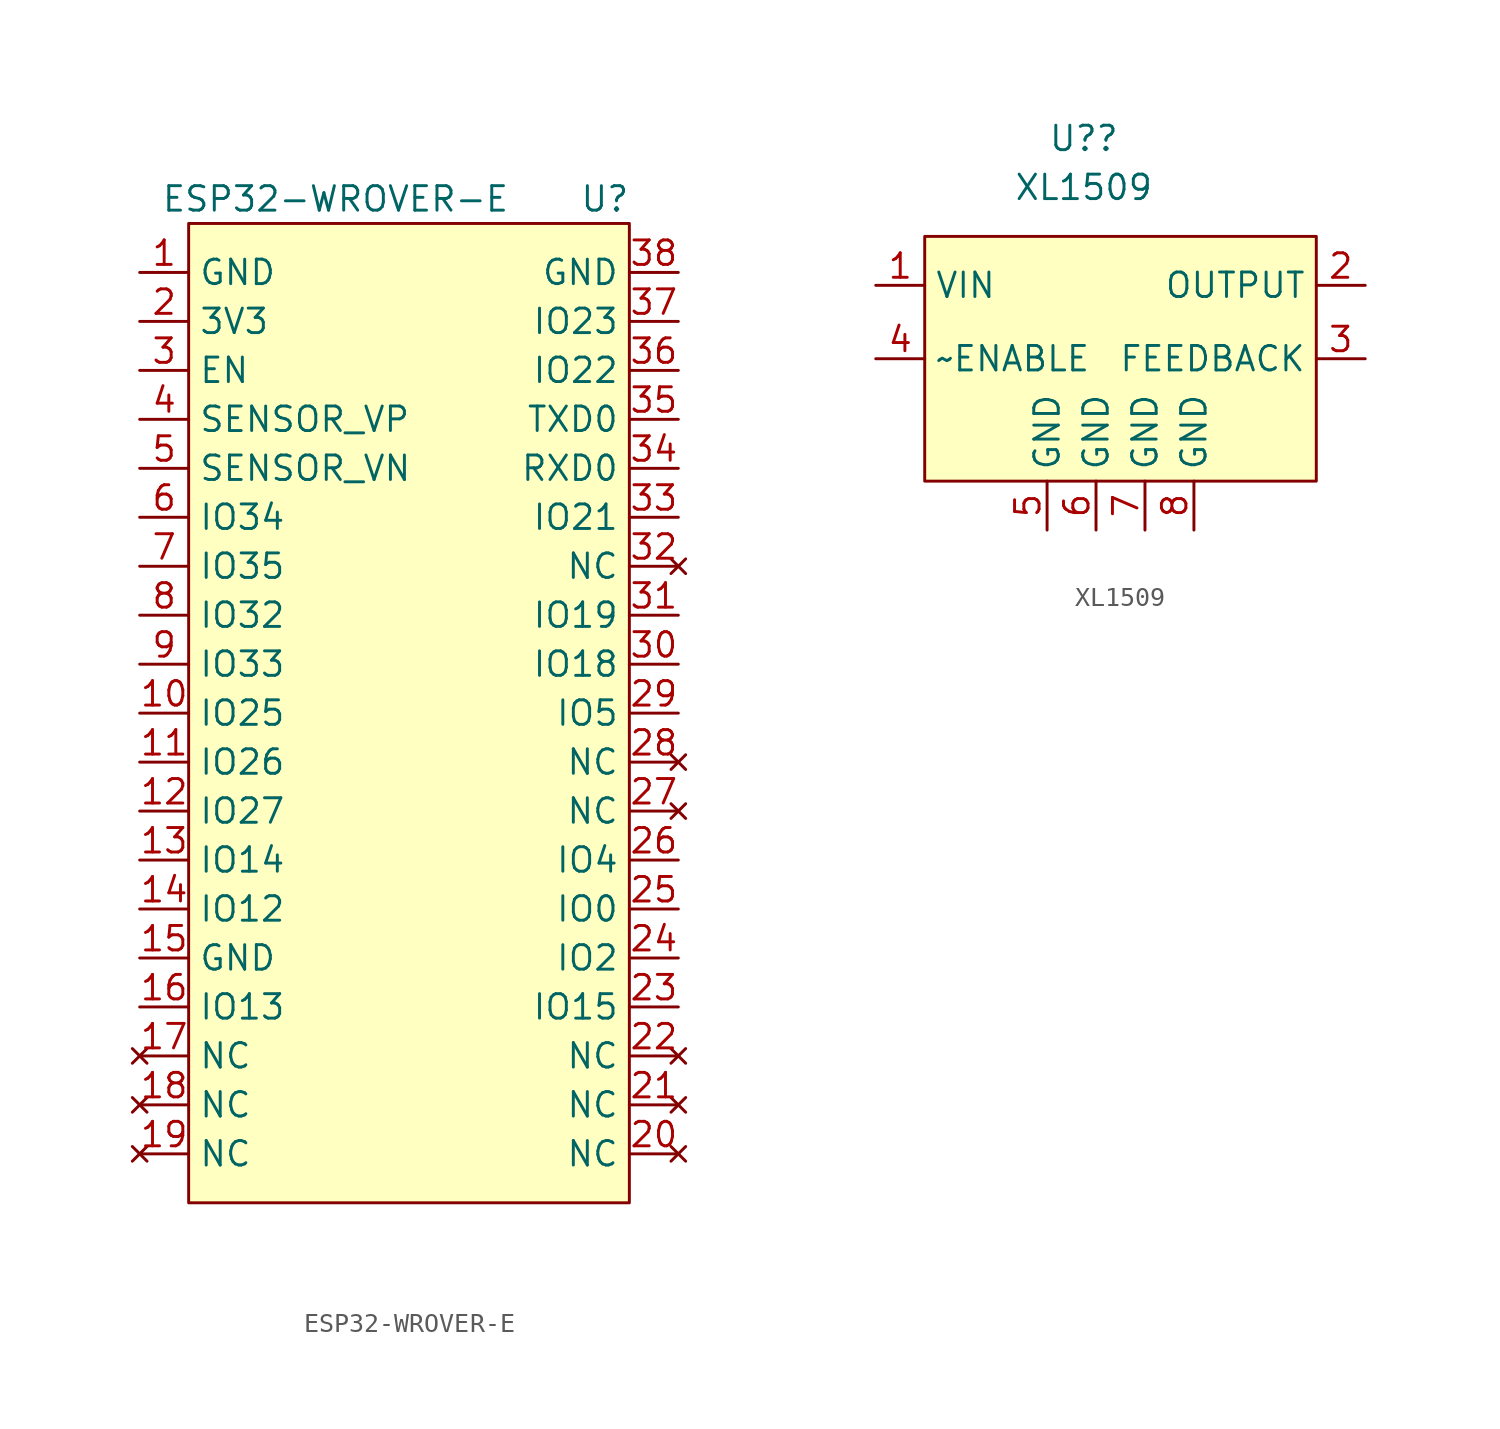
<source format=kicad_sym>
(kicad_symbol_lib
  (version 20211014)
  (generator kicad_symbol_editor)
  (symbol "ESP32-WROVER-E"
    (property "Reference" "U"
      (at 21.59 1.27 0)
      (effects (font (size 1.27 1.27))))
    (property "Value" "ESP32-WROVER-E"
      (at 7.62 1.27 0)
      (effects (font (size 1.27 1.27))))
    (symbol "ESP32-WROVER-E_0_1"
      (rectangle (start 0 0) (end 22.86 -50.8) (stroke (width 0) (type default) (color 0 0 0 0)) (fill (type background))))
    (symbol "ESP32-WROVER-E_1_1"
      (pin power_in line (at -2.54 -2.54 0) (length 2.54) (name "GND" (effects (font (size 1.27 1.27)))) (number "1" (effects (font (size 1.27 1.27)))))
      (pin bidirectional line (at -2.54 -25.4 0) (length 2.54) (name "IO25" (effects (font (size 1.27 1.27)))) (number "10" (effects (font (size 1.27 1.27)))))
      (pin bidirectional line (at -2.54 -27.94 0) (length 2.54) (name "IO26" (effects (font (size 1.27 1.27)))) (number "11" (effects (font (size 1.27 1.27)))))
      (pin bidirectional line (at -2.54 -30.48 0) (length 2.54) (name "IO27" (effects (font (size 1.27 1.27)))) (number "12" (effects (font (size 1.27 1.27)))))
      (pin bidirectional line (at -2.54 -33.02 0) (length 2.54) (name "IO14" (effects (font (size 1.27 1.27)))) (number "13" (effects (font (size 1.27 1.27)))))
      (pin bidirectional line (at -2.54 -35.56 0) (length 2.54) (name "IO12" (effects (font (size 1.27 1.27)))) (number "14" (effects (font (size 1.27 1.27)))))
      (pin power_in line (at -2.54 -38.1 0) (length 2.54) (name "GND" (effects (font (size 1.27 1.27)))) (number "15" (effects (font (size 1.27 1.27)))))
      (pin bidirectional line (at -2.54 -40.64 0) (length 2.54) (name "IO13" (effects (font (size 1.27 1.27)))) (number "16" (effects (font (size 1.27 1.27)))))
      (pin no_connect line (at -2.54 -43.18 0) (length 2.54) (name "NC" (effects (font (size 1.27 1.27)))) (number "17" (effects (font (size 1.27 1.27)))))
      (pin no_connect line (at -2.54 -45.72 0) (length 2.54) (name "NC" (effects (font (size 1.27 1.27)))) (number "18" (effects (font (size 1.27 1.27)))))
      (pin no_connect line (at -2.54 -48.26 0) (length 2.54) (name "NC" (effects (font (size 1.27 1.27)))) (number "19" (effects (font (size 1.27 1.27)))))
      (pin power_in line (at -2.54 -5.08 0) (length 2.54) (name "3V3" (effects (font (size 1.27 1.27)))) (number "2" (effects (font (size 1.27 1.27)))))
      (pin no_connect line (at 25.4 -48.26 180) (length 2.54) (name "NC" (effects (font (size 1.27 1.27)))) (number "20" (effects (font (size 1.27 1.27)))))
      (pin no_connect line (at 25.4 -45.72 180) (length 2.54) (name "NC" (effects (font (size 1.27 1.27)))) (number "21" (effects (font (size 1.27 1.27)))))
      (pin no_connect line (at 25.4 -43.18 180) (length 2.54) (name "NC" (effects (font (size 1.27 1.27)))) (number "22" (effects (font (size 1.27 1.27)))))
      (pin bidirectional line (at 25.4 -40.64 180) (length 2.54) (name "IO15" (effects (font (size 1.27 1.27)))) (number "23" (effects (font (size 1.27 1.27)))))
      (pin bidirectional line (at 25.4 -38.1 180) (length 2.54) (name "IO2" (effects (font (size 1.27 1.27)))) (number "24" (effects (font (size 1.27 1.27)))))
      (pin bidirectional line (at 25.4 -35.56 180) (length 2.54) (name "IO0" (effects (font (size 1.27 1.27)))) (number "25" (effects (font (size 1.27 1.27)))))
      (pin bidirectional line (at 25.4 -33.02 180) (length 2.54) (name "IO4" (effects (font (size 1.27 1.27)))) (number "26" (effects (font (size 1.27 1.27)))))
      (pin no_connect line (at 25.4 -30.48 180) (length 2.54) (name "NC" (effects (font (size 1.27 1.27)))) (number "27" (effects (font (size 1.27 1.27)))))
      (pin no_connect line (at 25.4 -27.94 180) (length 2.54) (name "NC" (effects (font (size 1.27 1.27)))) (number "28" (effects (font (size 1.27 1.27)))))
      (pin bidirectional line (at 25.4 -25.4 180) (length 2.54) (name "IO5" (effects (font (size 1.27 1.27)))) (number "29" (effects (font (size 1.27 1.27)))))
      (pin input line (at -2.54 -7.62 0) (length 2.54) (name "EN" (effects (font (size 1.27 1.27)))) (number "3" (effects (font (size 1.27 1.27)))))
      (pin bidirectional line (at 25.4 -22.86 180) (length 2.54) (name "IO18" (effects (font (size 1.27 1.27)))) (number "30" (effects (font (size 1.27 1.27)))))
      (pin bidirectional line (at 25.4 -20.32 180) (length 2.54) (name "IO19" (effects (font (size 1.27 1.27)))) (number "31" (effects (font (size 1.27 1.27)))))
      (pin no_connect line (at 25.4 -17.78 180) (length 2.54) (name "NC" (effects (font (size 1.27 1.27)))) (number "32" (effects (font (size 1.27 1.27)))))
      (pin bidirectional line (at 25.4 -15.24 180) (length 2.54) (name "IO21" (effects (font (size 1.27 1.27)))) (number "33" (effects (font (size 1.27 1.27)))))
      (pin bidirectional line (at 25.4 -12.7 180) (length 2.54) (name "RXD0" (effects (font (size 1.27 1.27)))) (number "34" (effects (font (size 1.27 1.27)))))
      (pin bidirectional line (at 25.4 -10.16 180) (length 2.54) (name "TXD0" (effects (font (size 1.27 1.27)))) (number "35" (effects (font (size 1.27 1.27)))))
      (pin bidirectional line (at 25.4 -7.62 180) (length 2.54) (name "IO22" (effects (font (size 1.27 1.27)))) (number "36" (effects (font (size 1.27 1.27)))))
      (pin bidirectional line (at 25.4 -5.08 180) (length 2.54) (name "IO23" (effects (font (size 1.27 1.27)))) (number "37" (effects (font (size 1.27 1.27)))))
      (pin bidirectional line (at 25.4 -2.54 180) (length 2.54) (name "GND" (effects (font (size 1.27 1.27)))) (number "38" (effects (font (size 1.27 1.27)))))
      (pin input line (at -2.54 -10.16 0) (length 2.54) (name "SENSOR_VP" (effects (font (size 1.27 1.27)))) (number "4" (effects (font (size 1.27 1.27)))))
      (pin input line (at -2.54 -12.7 0) (length 2.54) (name "SENSOR_VN" (effects (font (size 1.27 1.27)))) (number "5" (effects (font (size 1.27 1.27)))))
      (pin input line (at -2.54 -15.24 0) (length 2.54) (name "IO34" (effects (font (size 1.27 1.27)))) (number "6" (effects (font (size 1.27 1.27)))))
      (pin input line (at -2.54 -17.78 0) (length 2.54) (name "IO35" (effects (font (size 1.27 1.27)))) (number "7" (effects (font (size 1.27 1.27)))))
      (pin bidirectional line (at -2.54 -20.32 0) (length 2.54) (name "IO32" (effects (font (size 1.27 1.27)))) (number "8" (effects (font (size 1.27 1.27)))))
      (pin bidirectional line (at -2.54 -22.86 0) (length 2.54) (name "IO33" (effects (font (size 1.27 1.27)))) (number "9" (effects (font (size 1.27 1.27)))))))
  (symbol "XL1509"
    (property "Reference" "U?"
      (at 8.255 5.08 0)
      (effects (font (size 1.27 1.27))))
    (property "Value" "XL1509"
      (at 8.255 2.54 0)
      (effects (font (size 1.27 1.27))))
    (symbol "XL1509_0_1"
      (rectangle (start 0 0) (end 20.32 -12.7) (stroke (width 0) (type default) (color 0 0 0 0)) (fill (type background))))
    (symbol "XL1509_1_1"
      (pin power_in line (at -2.54 -2.54 0) (length 2.54) (name "VIN" (effects (font (size 1.27 1.27)))) (number "1" (effects (font (size 1.27 1.27)))))
      (pin output line (at 22.86 -2.54 180) (length 2.54) (name "OUTPUT" (effects (font (size 1.27 1.27)))) (number "2" (effects (font (size 1.27 1.27)))))
      (pin input line (at 22.86 -6.35 180) (length 2.54) (name "FEEDBACK" (effects (font (size 1.27 1.27)))) (number "3" (effects (font (size 1.27 1.27)))))
      (pin input line (at -2.54 -6.35 0) (length 2.54) (name "~ENABLE" (effects (font (size 1.27 1.27)))) (number "4" (effects (font (size 1.27 1.27)))))
      (pin power_in line (at 6.35 -15.24 90) (length 2.54) (name "GND" (effects (font (size 1.27 1.27)))) (number "5" (effects (font (size 1.27 1.27)))))
      (pin power_in line (at 8.89 -15.24 90) (length 2.54) (name "GND" (effects (font (size 1.27 1.27)))) (number "6" (effects (font (size 1.27 1.27)))))
      (pin power_in line (at 11.43 -15.24 90) (length 2.54) (name "GND" (effects (font (size 1.27 1.27)))) (number "7" (effects (font (size 1.27 1.27)))))
      (pin power_in line (at 13.97 -15.24 90) (length 2.54) (name "GND" (effects (font (size 1.27 1.27)))) (number "8" (effects (font (size 1.27 1.27))))))))
</source>
